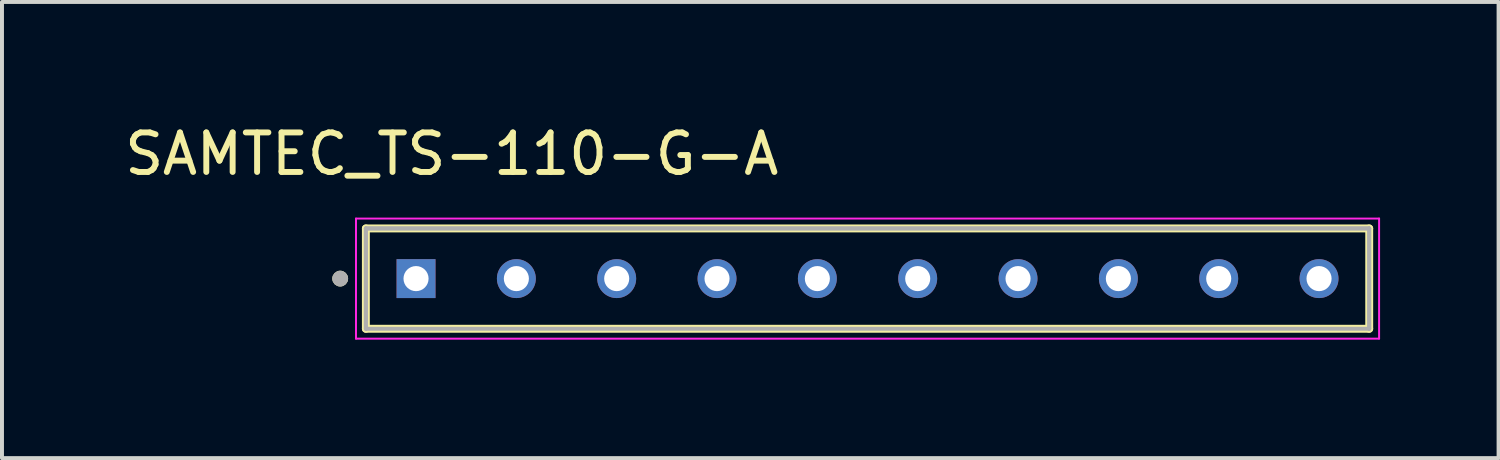
<source format=kicad_pcb>
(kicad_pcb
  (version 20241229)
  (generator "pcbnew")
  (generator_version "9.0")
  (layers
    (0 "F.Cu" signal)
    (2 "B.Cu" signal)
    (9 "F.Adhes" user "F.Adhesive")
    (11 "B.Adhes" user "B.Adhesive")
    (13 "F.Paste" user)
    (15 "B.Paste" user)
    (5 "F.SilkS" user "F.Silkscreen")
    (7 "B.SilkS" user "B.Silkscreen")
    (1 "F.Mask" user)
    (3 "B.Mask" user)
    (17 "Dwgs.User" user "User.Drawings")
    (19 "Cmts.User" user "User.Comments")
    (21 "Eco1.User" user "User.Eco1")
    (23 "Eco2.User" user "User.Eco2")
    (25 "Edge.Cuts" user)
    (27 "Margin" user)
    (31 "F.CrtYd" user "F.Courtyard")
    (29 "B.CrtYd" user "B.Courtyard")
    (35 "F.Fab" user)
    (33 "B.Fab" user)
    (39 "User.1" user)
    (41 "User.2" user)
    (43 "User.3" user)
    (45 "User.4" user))
  (footprint "SAMTEC_TS-110-G-A"
    (layer "F.Cu")
    (at 18.912 4.003)
    (property "Reference" "SAMTEC_TS-110-G-A" (at -10.525 -3.155 0) (layer "F.SilkS") (effects (font (size 1 1) (thickness 0.15))))
    (attr through_hole)
    (fp_line (start -12.7 1.27) (end -12.7 -1.27) (stroke (width 0.2) (type solid)) (layer "F.SilkS"))
    (fp_line (start 12.7 -1.27) (end -12.7 -1.27) (stroke (width 0.2) (type solid)) (layer "F.SilkS"))
    (fp_line (start 12.7 -1.27) (end 12.7 1.27) (stroke (width 0.2) (type solid)) (layer "F.SilkS"))
    (fp_line (start 12.7 1.27) (end -12.7 1.27) (stroke (width 0.2) (type solid)) (layer "F.SilkS"))
    (fp_circle (center -13.35 0) (end -13.25 0) (stroke (width 0.2) (type solid)) (fill no) (layer "F.SilkS"))
    (fp_line (start -12.95 -1.52) (end 12.95 -1.52) (stroke (width 0.05) (type solid)) (layer "F.CrtYd"))
    (fp_line (start -12.95 1.52) (end -12.95 -1.52) (stroke (width 0.05) (type solid)) (layer "F.CrtYd"))
    (fp_line (start 12.95 -1.52) (end 12.95 1.52) (stroke (width 0.05) (type solid)) (layer "F.CrtYd"))
    (fp_line (start 12.95 1.52) (end -12.95 1.52) (stroke (width 0.05) (type solid)) (layer "F.CrtYd"))
    (fp_line (start -12.7 -1.27) (end 12.7 -1.27) (stroke (width 0.1) (type solid)) (layer "F.Fab"))
    (fp_line (start -12.7 -1.27) (end 12.7 -1.27) (stroke (width 0.1) (type solid)) (layer "F.Fab"))
    (fp_line (start -12.7 1.27) (end -12.7 -1.27) (stroke (width 0.1) (type solid)) (layer "F.Fab"))
    (fp_line (start -12.7 1.27) (end -12.7 -1.27) (stroke (width 0.1) (type solid)) (layer "F.Fab"))
    (fp_line (start 12.7 -1.27) (end 12.7 1.27) (stroke (width 0.1) (type solid)) (layer "F.Fab"))
    (fp_line (start 12.7 -1.27) (end 12.7 1.27) (stroke (width 0.1) (type solid)) (layer "F.Fab"))
    (fp_line (start 12.7 1.27) (end -12.7 1.27) (stroke (width 0.1) (type solid)) (layer "F.Fab"))
    (fp_circle (center -13.35 0) (end -13.25 0) (stroke (width 0.2) (type solid)) (fill no) (layer "F.Fab"))
    (pad "01" thru_hole rect (at -11.43 0) (size 0.985 0.985) (drill 0.635) (layers "*.Cu" "*.Mask"))
    (pad "02" thru_hole circle (at -8.89 0) (size 0.985 0.985) (drill 0.635) (layers "*.Cu" "*.Mask"))
    (pad "03" thru_hole circle (at -6.35 0) (size 0.985 0.985) (drill 0.635) (layers "*.Cu" "*.Mask"))
    (pad "04" thru_hole circle (at -3.81 0) (size 0.985 0.985) (drill 0.635) (layers "*.Cu" "*.Mask"))
    (pad "05" thru_hole circle (at -1.27 0) (size 0.985 0.985) (drill 0.635) (layers "*.Cu" "*.Mask"))
    (pad "06" thru_hole circle (at 1.27 0) (size 0.985 0.985) (drill 0.635) (layers "*.Cu" "*.Mask"))
    (pad "07" thru_hole circle (at 3.81 0) (size 0.985 0.985) (drill 0.635) (layers "*.Cu" "*.Mask"))
    (pad "08" thru_hole circle (at 6.35 0) (size 0.985 0.985) (drill 0.635) (layers "*.Cu" "*.Mask"))
    (pad "09" thru_hole circle (at 8.89 0) (size 0.985 0.985) (drill 0.635) (layers "*.Cu" "*.Mask"))
    (pad "10" thru_hole circle (at 11.43 0) (size 0.985 0.985) (drill 0.635) (layers "*.Cu" "*.Mask")))
  (gr_rect
    (start -3 -3)
    (end 34.887 8.548)
    (stroke (width 0.1) (type default))
    (fill no)
    (layer "Edge.Cuts")))
</source>
